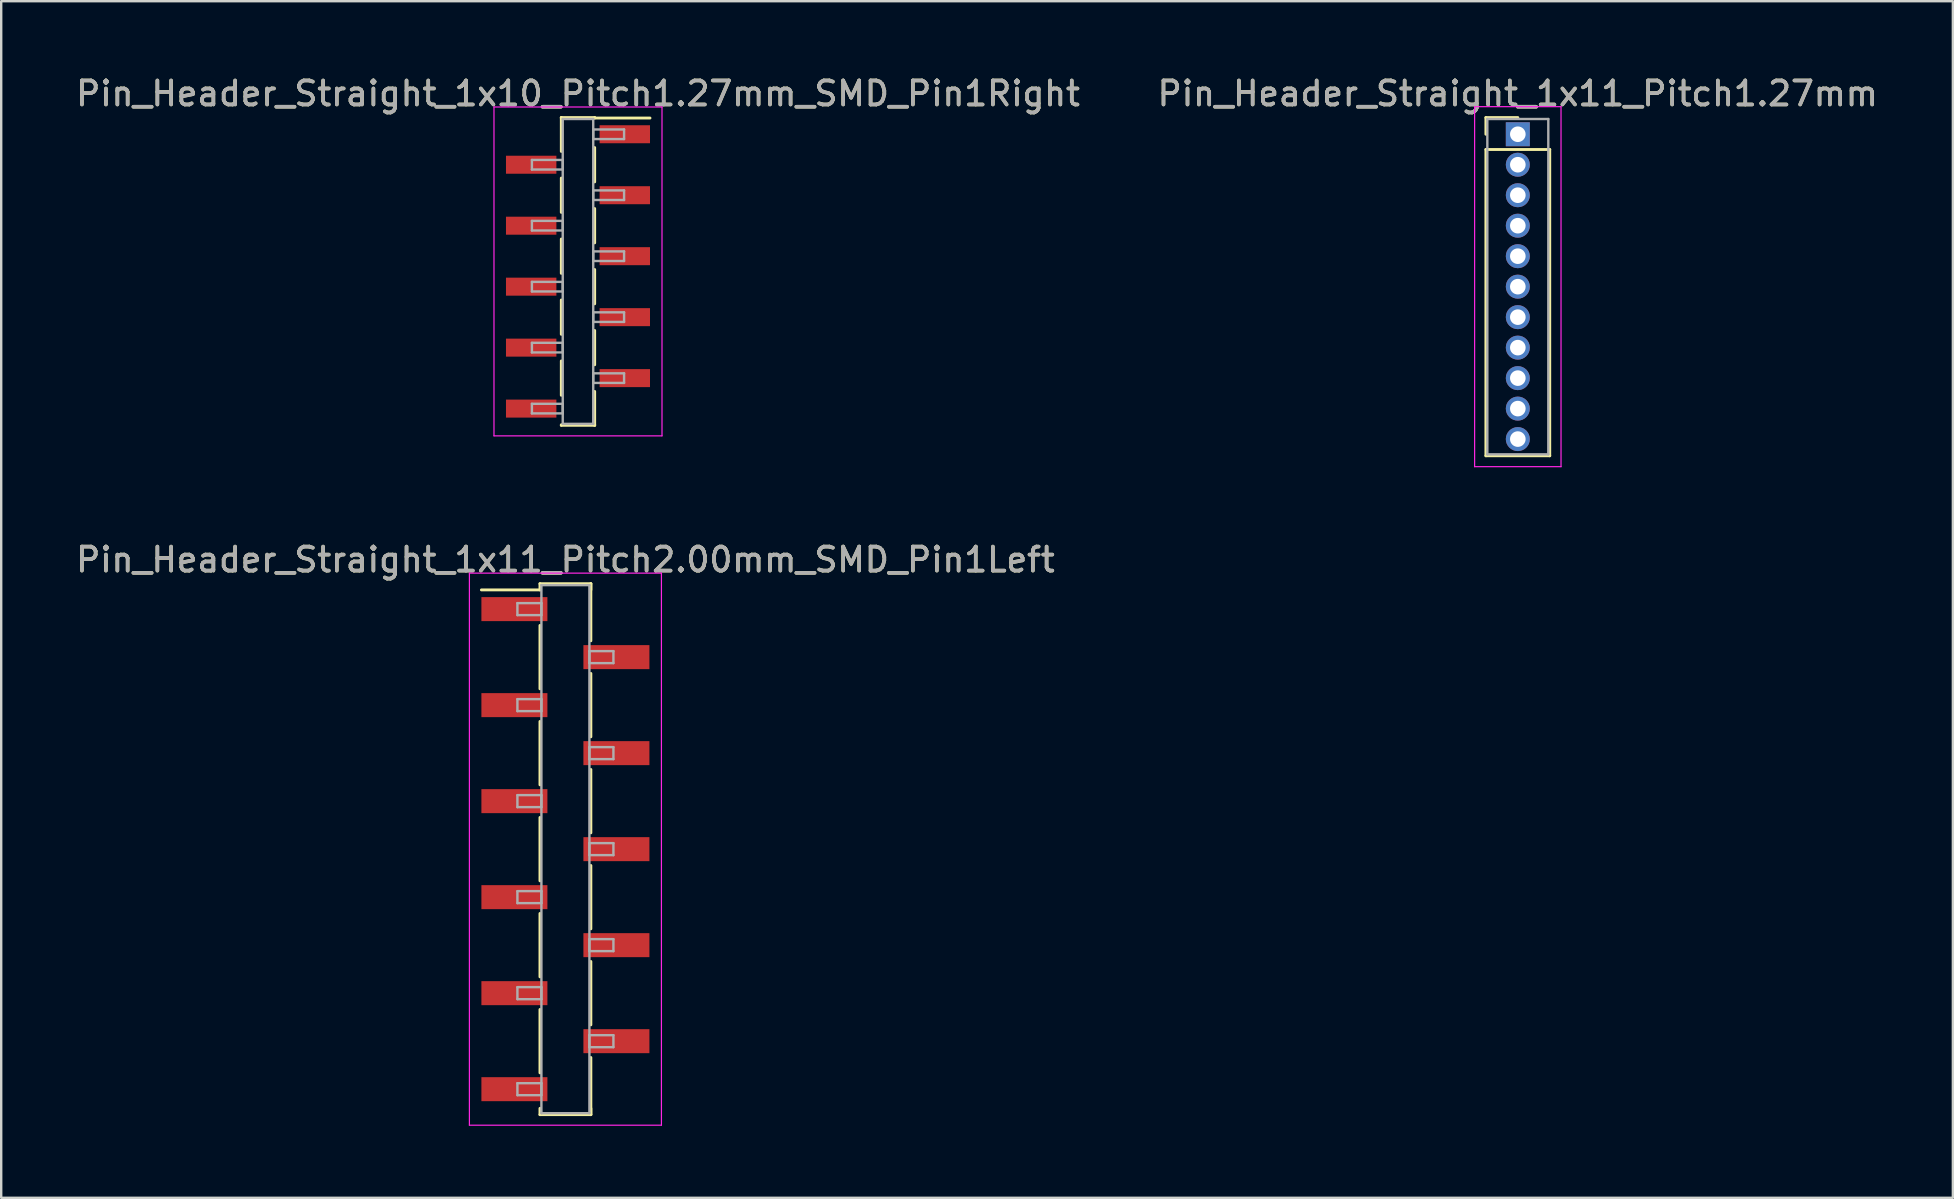
<source format=kicad_pcb>
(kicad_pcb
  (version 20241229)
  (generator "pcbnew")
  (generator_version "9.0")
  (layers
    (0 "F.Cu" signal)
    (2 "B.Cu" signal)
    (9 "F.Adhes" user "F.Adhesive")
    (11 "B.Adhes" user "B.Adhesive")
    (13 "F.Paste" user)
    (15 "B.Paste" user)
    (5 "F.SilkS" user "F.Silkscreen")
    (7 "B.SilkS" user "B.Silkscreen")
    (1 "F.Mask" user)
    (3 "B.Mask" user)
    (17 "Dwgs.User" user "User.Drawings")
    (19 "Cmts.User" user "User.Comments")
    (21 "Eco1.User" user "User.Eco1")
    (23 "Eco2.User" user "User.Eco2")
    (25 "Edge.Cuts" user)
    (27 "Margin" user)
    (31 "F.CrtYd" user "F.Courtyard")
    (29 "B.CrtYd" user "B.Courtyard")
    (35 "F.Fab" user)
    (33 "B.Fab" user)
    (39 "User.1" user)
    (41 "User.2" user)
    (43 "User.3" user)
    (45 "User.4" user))
  (footprint "Pin_Header_Straight_1x10_Pitch1.27mm_SMD_Pin1Right"
    (layer "F.Cu")
    (at 21.03 8.258)
    (property "Reference" "Pin_Header_Straight_1x10_Pitch1.27mm_SMD_Pin1Right" (at 0 -7.41 0) (layer "F.SilkS") (effects (font (size 1 1) (thickness 0.15))))
    (attr smd)
    (fp_line (start -0.695 -6.41) (end -0.695 -5) (stroke (width 0.12) (type solid)) (layer "F.SilkS"))
    (fp_line (start -0.695 -6.41) (end 0.695 -6.41) (stroke (width 0.12) (type solid)) (layer "F.SilkS"))
    (fp_line (start -0.695 -6.39) (end -0.695 -6.41) (stroke (width 0.12) (type solid)) (layer "F.SilkS"))
    (fp_line (start -0.695 -3.89) (end -0.695 -2.46) (stroke (width 0.12) (type solid)) (layer "F.SilkS"))
    (fp_line (start -0.695 -1.35) (end -0.695 0.08) (stroke (width 0.12) (type solid)) (layer "F.SilkS"))
    (fp_line (start -0.695 1.19) (end -0.695 2.62) (stroke (width 0.12) (type solid)) (layer "F.SilkS"))
    (fp_line (start -0.695 3.73) (end -0.695 5.16) (stroke (width 0.12) (type solid)) (layer "F.SilkS"))
    (fp_line (start -0.695 6.39) (end -0.695 6.41) (stroke (width 0.12) (type solid)) (layer "F.SilkS"))
    (fp_line (start -0.695 6.41) (end 0.695 6.41) (stroke (width 0.12) (type solid)) (layer "F.SilkS"))
    (fp_line (start 0.695 -6.41) (end 0.695 -6.39) (stroke (width 0.12) (type solid)) (layer "F.SilkS"))
    (fp_line (start 0.695 -6.39) (end 3 -6.39) (stroke (width 0.12) (type solid)) (layer "F.SilkS"))
    (fp_line (start 0.695 -5.16) (end 0.695 -3.73) (stroke (width 0.12) (type solid)) (layer "F.SilkS"))
    (fp_line (start 0.695 -2.62) (end 0.695 -1.19) (stroke (width 0.12) (type solid)) (layer "F.SilkS"))
    (fp_line (start 0.695 -0.08) (end 0.695 1.35) (stroke (width 0.12) (type solid)) (layer "F.SilkS"))
    (fp_line (start 0.695 2.46) (end 0.695 3.89) (stroke (width 0.12) (type solid)) (layer "F.SilkS"))
    (fp_line (start 0.695 5) (end 0.695 6.41) (stroke (width 0.12) (type solid)) (layer "F.SilkS"))
    (fp_line (start 0.695 6.41) (end 0.695 6.39) (stroke (width 0.12) (type solid)) (layer "F.SilkS"))
    (fp_line (start -3.5 -6.85) (end -3.5 6.85) (stroke (width 0.05) (type solid)) (layer "F.CrtYd"))
    (fp_line (start -3.5 6.85) (end 3.5 6.85) (stroke (width 0.05) (type solid)) (layer "F.CrtYd"))
    (fp_line (start 3.5 -6.85) (end -3.5 -6.85) (stroke (width 0.05) (type solid)) (layer "F.CrtYd"))
    (fp_line (start 3.5 6.85) (end 3.5 -6.85) (stroke (width 0.05) (type solid)) (layer "F.CrtYd"))
    (fp_line (start -1.92 -4.645) (end -0.635 -4.645) (stroke (width 0.1) (type solid)) (layer "F.Fab"))
    (fp_line (start -1.92 -4.245) (end -1.92 -4.645) (stroke (width 0.1) (type solid)) (layer "F.Fab"))
    (fp_line (start -1.92 -2.105) (end -0.635 -2.105) (stroke (width 0.1) (type solid)) (layer "F.Fab"))
    (fp_line (start -1.92 -1.705) (end -1.92 -2.105) (stroke (width 0.1) (type solid)) (layer "F.Fab"))
    (fp_line (start -1.92 0.435) (end -0.635 0.435) (stroke (width 0.1) (type solid)) (layer "F.Fab"))
    (fp_line (start -1.92 0.835) (end -1.92 0.435) (stroke (width 0.1) (type solid)) (layer "F.Fab"))
    (fp_line (start -1.92 2.975) (end -0.635 2.975) (stroke (width 0.1) (type solid)) (layer "F.Fab"))
    (fp_line (start -1.92 3.375) (end -1.92 2.975) (stroke (width 0.1) (type solid)) (layer "F.Fab"))
    (fp_line (start -1.92 5.515) (end -0.635 5.515) (stroke (width 0.1) (type solid)) (layer "F.Fab"))
    (fp_line (start -1.92 5.915) (end -1.92 5.515) (stroke (width 0.1) (type solid)) (layer "F.Fab"))
    (fp_line (start -0.635 -6.35) (end -0.635 6.35) (stroke (width 0.1) (type solid)) (layer "F.Fab"))
    (fp_line (start -0.635 -4.645) (end -0.635 -4.245) (stroke (width 0.1) (type solid)) (layer "F.Fab"))
    (fp_line (start -0.635 -4.245) (end -1.92 -4.245) (stroke (width 0.1) (type solid)) (layer "F.Fab"))
    (fp_line (start -0.635 -2.105) (end -0.635 -1.705) (stroke (width 0.1) (type solid)) (layer "F.Fab"))
    (fp_line (start -0.635 -1.705) (end -1.92 -1.705) (stroke (width 0.1) (type solid)) (layer "F.Fab"))
    (fp_line (start -0.635 0.435) (end -0.635 0.835) (stroke (width 0.1) (type solid)) (layer "F.Fab"))
    (fp_line (start -0.635 0.835) (end -1.92 0.835) (stroke (width 0.1) (type solid)) (layer "F.Fab"))
    (fp_line (start -0.635 2.975) (end -0.635 3.375) (stroke (width 0.1) (type solid)) (layer "F.Fab"))
    (fp_line (start -0.635 3.375) (end -1.92 3.375) (stroke (width 0.1) (type solid)) (layer "F.Fab"))
    (fp_line (start -0.635 5.515) (end -0.635 5.915) (stroke (width 0.1) (type solid)) (layer "F.Fab"))
    (fp_line (start -0.635 5.915) (end -1.92 5.915) (stroke (width 0.1) (type solid)) (layer "F.Fab"))
    (fp_line (start -0.635 6.35) (end 0.635 6.35) (stroke (width 0.1) (type solid)) (layer "F.Fab"))
    (fp_line (start 0.635 -6.35) (end -0.635 -6.35) (stroke (width 0.1) (type solid)) (layer "F.Fab"))
    (fp_line (start 0.635 -5.915) (end 0.635 -5.515) (stroke (width 0.1) (type solid)) (layer "F.Fab"))
    (fp_line (start 0.635 -5.515) (end 1.92 -5.515) (stroke (width 0.1) (type solid)) (layer "F.Fab"))
    (fp_line (start 0.635 -3.375) (end 0.635 -2.975) (stroke (width 0.1) (type solid)) (layer "F.Fab"))
    (fp_line (start 0.635 -2.975) (end 1.92 -2.975) (stroke (width 0.1) (type solid)) (layer "F.Fab"))
    (fp_line (start 0.635 -0.835) (end 0.635 -0.435) (stroke (width 0.1) (type solid)) (layer "F.Fab"))
    (fp_line (start 0.635 -0.435) (end 1.92 -0.435) (stroke (width 0.1) (type solid)) (layer "F.Fab"))
    (fp_line (start 0.635 1.705) (end 0.635 2.105) (stroke (width 0.1) (type solid)) (layer "F.Fab"))
    (fp_line (start 0.635 2.105) (end 1.92 2.105) (stroke (width 0.1) (type solid)) (layer "F.Fab"))
    (fp_line (start 0.635 4.245) (end 0.635 4.645) (stroke (width 0.1) (type solid)) (layer "F.Fab"))
    (fp_line (start 0.635 4.645) (end 1.92 4.645) (stroke (width 0.1) (type solid)) (layer "F.Fab"))
    (fp_line (start 0.635 6.35) (end 0.635 -6.35) (stroke (width 0.1) (type solid)) (layer "F.Fab"))
    (fp_line (start 1.92 -5.915) (end 0.635 -5.915) (stroke (width 0.1) (type solid)) (layer "F.Fab"))
    (fp_line (start 1.92 -5.515) (end 1.92 -5.915) (stroke (width 0.1) (type solid)) (layer "F.Fab"))
    (fp_line (start 1.92 -3.375) (end 0.635 -3.375) (stroke (width 0.1) (type solid)) (layer "F.Fab"))
    (fp_line (start 1.92 -2.975) (end 1.92 -3.375) (stroke (width 0.1) (type solid)) (layer "F.Fab"))
    (fp_line (start 1.92 -0.835) (end 0.635 -0.835) (stroke (width 0.1) (type solid)) (layer "F.Fab"))
    (fp_line (start 1.92 -0.435) (end 1.92 -0.835) (stroke (width 0.1) (type solid)) (layer "F.Fab"))
    (fp_line (start 1.92 1.705) (end 0.635 1.705) (stroke (width 0.1) (type solid)) (layer "F.Fab"))
    (fp_line (start 1.92 2.105) (end 1.92 1.705) (stroke (width 0.1) (type solid)) (layer "F.Fab"))
    (fp_line (start 1.92 4.245) (end 0.635 4.245) (stroke (width 0.1) (type solid)) (layer "F.Fab"))
    (fp_line (start 1.92 4.645) (end 1.92 4.245) (stroke (width 0.1) (type solid)) (layer "F.Fab"))
    (fp_text user "${REFERENCE}" (at 0 -7.41 0) (layer "F.Fab") (effects (font (size 1 1) (thickness 0.15))))
    (pad "1" smd rect (at 1.95 -5.715) (size 2.1 0.75) (layers "F.Cu" "F.Mask" "F.Paste"))
    (pad "2" smd rect (at -1.95 -4.445) (size 2.1 0.75) (layers "F.Cu" "F.Mask" "F.Paste"))
    (pad "3" smd rect (at 1.95 -3.175) (size 2.1 0.75) (layers "F.Cu" "F.Mask" "F.Paste"))
    (pad "4" smd rect (at -1.95 -1.905) (size 2.1 0.75) (layers "F.Cu" "F.Mask" "F.Paste"))
    (pad "5" smd rect (at 1.95 -0.635) (size 2.1 0.75) (layers "F.Cu" "F.Mask" "F.Paste"))
    (pad "6" smd rect (at -1.95 0.635) (size 2.1 0.75) (layers "F.Cu" "F.Mask" "F.Paste"))
    (pad "7" smd rect (at 1.95 1.905) (size 2.1 0.75) (layers "F.Cu" "F.Mask" "F.Paste"))
    (pad "8" smd rect (at -1.95 3.175) (size 2.1 0.75) (layers "F.Cu" "F.Mask" "F.Paste"))
    (pad "9" smd rect (at 1.95 4.445) (size 2.1 0.75) (layers "F.Cu" "F.Mask" "F.Paste"))
    (pad "10" smd rect (at -1.95 5.715) (size 2.1 0.75) (layers "F.Cu" "F.Mask" "F.Paste")))
  (footprint "Pin_Header_Straight_1x11_Pitch2.00mm_SMD_Pin1Left"
    (layer "F.Cu")
    (at 20.506 32.327)
    (property "Reference" "Pin_Header_Straight_1x11_Pitch2.00mm_SMD_Pin1Left" (at 0 -12.06 0) (layer "F.SilkS") (effects (font (size 1 1) (thickness 0.15))))
    (attr smd)
    (fp_line (start -1.06 -11.06) (end 1.06 -11.06) (stroke (width 0.12) (type solid)) (layer "F.SilkS"))
    (fp_line (start -1.06 -10.8) (end -3.5 -10.8) (stroke (width 0.12) (type solid)) (layer "F.SilkS"))
    (fp_line (start -1.06 -10.8) (end -1.06 -11.06) (stroke (width 0.12) (type solid)) (layer "F.SilkS"))
    (fp_line (start -1.06 -9.32) (end -1.06 -6.68) (stroke (width 0.12) (type solid)) (layer "F.SilkS"))
    (fp_line (start -1.06 -5.32) (end -1.06 -2.68) (stroke (width 0.12) (type solid)) (layer "F.SilkS"))
    (fp_line (start -1.06 -1.32) (end -1.06 1.32) (stroke (width 0.12) (type solid)) (layer "F.SilkS"))
    (fp_line (start -1.06 2.68) (end -1.06 5.32) (stroke (width 0.12) (type solid)) (layer "F.SilkS"))
    (fp_line (start -1.06 6.68) (end -1.06 9.32) (stroke (width 0.12) (type solid)) (layer "F.SilkS"))
    (fp_line (start -1.06 10.8) (end -1.06 11.06) (stroke (width 0.12) (type solid)) (layer "F.SilkS"))
    (fp_line (start -1.06 11.06) (end 1.06 11.06) (stroke (width 0.12) (type solid)) (layer "F.SilkS"))
    (fp_line (start 1.06 -11.06) (end 1.06 -10.8) (stroke (width 0.12) (type solid)) (layer "F.SilkS"))
    (fp_line (start 1.06 -11.06) (end 1.06 -8.68) (stroke (width 0.12) (type solid)) (layer "F.SilkS"))
    (fp_line (start 1.06 -7.32) (end 1.06 -4.68) (stroke (width 0.12) (type solid)) (layer "F.SilkS"))
    (fp_line (start 1.06 -3.32) (end 1.06 -0.68) (stroke (width 0.12) (type solid)) (layer "F.SilkS"))
    (fp_line (start 1.06 0.68) (end 1.06 3.32) (stroke (width 0.12) (type solid)) (layer "F.SilkS"))
    (fp_line (start 1.06 4.68) (end 1.06 7.32) (stroke (width 0.12) (type solid)) (layer "F.SilkS"))
    (fp_line (start 1.06 8.68) (end 1.06 11.06) (stroke (width 0.12) (type solid)) (layer "F.SilkS"))
    (fp_line (start 1.06 11.06) (end 1.06 10.8) (stroke (width 0.12) (type solid)) (layer "F.SilkS"))
    (fp_line (start -4 -11.5) (end -4 11.5) (stroke (width 0.05) (type solid)) (layer "F.CrtYd"))
    (fp_line (start -4 11.5) (end 4 11.5) (stroke (width 0.05) (type solid)) (layer "F.CrtYd"))
    (fp_line (start 4 -11.5) (end -4 -11.5) (stroke (width 0.05) (type solid)) (layer "F.CrtYd"))
    (fp_line (start 4 11.5) (end 4 -11.5) (stroke (width 0.05) (type solid)) (layer "F.CrtYd"))
    (fp_line (start -2 -10.25) (end -1 -10.25) (stroke (width 0.1) (type solid)) (layer "F.Fab"))
    (fp_line (start -2 -9.75) (end -2 -10.25) (stroke (width 0.1) (type solid)) (layer "F.Fab"))
    (fp_line (start -2 -6.25) (end -1 -6.25) (stroke (width 0.1) (type solid)) (layer "F.Fab"))
    (fp_line (start -2 -5.75) (end -2 -6.25) (stroke (width 0.1) (type solid)) (layer "F.Fab"))
    (fp_line (start -2 -2.25) (end -1 -2.25) (stroke (width 0.1) (type solid)) (layer "F.Fab"))
    (fp_line (start -2 -1.75) (end -2 -2.25) (stroke (width 0.1) (type solid)) (layer "F.Fab"))
    (fp_line (start -2 1.75) (end -1 1.75) (stroke (width 0.1) (type solid)) (layer "F.Fab"))
    (fp_line (start -2 2.25) (end -2 1.75) (stroke (width 0.1) (type solid)) (layer "F.Fab"))
    (fp_line (start -2 5.75) (end -1 5.75) (stroke (width 0.1) (type solid)) (layer "F.Fab"))
    (fp_line (start -2 6.25) (end -2 5.75) (stroke (width 0.1) (type solid)) (layer "F.Fab"))
    (fp_line (start -2 9.75) (end -1 9.75) (stroke (width 0.1) (type solid)) (layer "F.Fab"))
    (fp_line (start -2 10.25) (end -2 9.75) (stroke (width 0.1) (type solid)) (layer "F.Fab"))
    (fp_line (start -1 -11) (end -1 11) (stroke (width 0.1) (type solid)) (layer "F.Fab"))
    (fp_line (start -1 -10.25) (end -1 -9.75) (stroke (width 0.1) (type solid)) (layer "F.Fab"))
    (fp_line (start -1 -9.75) (end -2 -9.75) (stroke (width 0.1) (type solid)) (layer "F.Fab"))
    (fp_line (start -1 -6.25) (end -1 -5.75) (stroke (width 0.1) (type solid)) (layer "F.Fab"))
    (fp_line (start -1 -5.75) (end -2 -5.75) (stroke (width 0.1) (type solid)) (layer "F.Fab"))
    (fp_line (start -1 -2.25) (end -1 -1.75) (stroke (width 0.1) (type solid)) (layer "F.Fab"))
    (fp_line (start -1 -1.75) (end -2 -1.75) (stroke (width 0.1) (type solid)) (layer "F.Fab"))
    (fp_line (start -1 1.75) (end -1 2.25) (stroke (width 0.1) (type solid)) (layer "F.Fab"))
    (fp_line (start -1 2.25) (end -2 2.25) (stroke (width 0.1) (type solid)) (layer "F.Fab"))
    (fp_line (start -1 5.75) (end -1 6.25) (stroke (width 0.1) (type solid)) (layer "F.Fab"))
    (fp_line (start -1 6.25) (end -2 6.25) (stroke (width 0.1) (type solid)) (layer "F.Fab"))
    (fp_line (start -1 9.75) (end -1 10.25) (stroke (width 0.1) (type solid)) (layer "F.Fab"))
    (fp_line (start -1 10.25) (end -2 10.25) (stroke (width 0.1) (type solid)) (layer "F.Fab"))
    (fp_line (start -1 11) (end 1 11) (stroke (width 0.1) (type solid)) (layer "F.Fab"))
    (fp_line (start 1 -11) (end -1 -11) (stroke (width 0.1) (type solid)) (layer "F.Fab"))
    (fp_line (start 1 -8.25) (end 1 -7.75) (stroke (width 0.1) (type solid)) (layer "F.Fab"))
    (fp_line (start 1 -7.75) (end 2 -7.75) (stroke (width 0.1) (type solid)) (layer "F.Fab"))
    (fp_line (start 1 -4.25) (end 1 -3.75) (stroke (width 0.1) (type solid)) (layer "F.Fab"))
    (fp_line (start 1 -3.75) (end 2 -3.75) (stroke (width 0.1) (type solid)) (layer "F.Fab"))
    (fp_line (start 1 -0.25) (end 1 0.25) (stroke (width 0.1) (type solid)) (layer "F.Fab"))
    (fp_line (start 1 0.25) (end 2 0.25) (stroke (width 0.1) (type solid)) (layer "F.Fab"))
    (fp_line (start 1 3.75) (end 1 4.25) (stroke (width 0.1) (type solid)) (layer "F.Fab"))
    (fp_line (start 1 4.25) (end 2 4.25) (stroke (width 0.1) (type solid)) (layer "F.Fab"))
    (fp_line (start 1 7.75) (end 1 8.25) (stroke (width 0.1) (type solid)) (layer "F.Fab"))
    (fp_line (start 1 8.25) (end 2 8.25) (stroke (width 0.1) (type solid)) (layer "F.Fab"))
    (fp_line (start 1 11) (end 1 -11) (stroke (width 0.1) (type solid)) (layer "F.Fab"))
    (fp_line (start 2 -8.25) (end 1 -8.25) (stroke (width 0.1) (type solid)) (layer "F.Fab"))
    (fp_line (start 2 -7.75) (end 2 -8.25) (stroke (width 0.1) (type solid)) (layer "F.Fab"))
    (fp_line (start 2 -4.25) (end 1 -4.25) (stroke (width 0.1) (type solid)) (layer "F.Fab"))
    (fp_line (start 2 -3.75) (end 2 -4.25) (stroke (width 0.1) (type solid)) (layer "F.Fab"))
    (fp_line (start 2 -0.25) (end 1 -0.25) (stroke (width 0.1) (type solid)) (layer "F.Fab"))
    (fp_line (start 2 0.25) (end 2 -0.25) (stroke (width 0.1) (type solid)) (layer "F.Fab"))
    (fp_line (start 2 3.75) (end 1 3.75) (stroke (width 0.1) (type solid)) (layer "F.Fab"))
    (fp_line (start 2 4.25) (end 2 3.75) (stroke (width 0.1) (type solid)) (layer "F.Fab"))
    (fp_line (start 2 7.75) (end 1 7.75) (stroke (width 0.1) (type solid)) (layer "F.Fab"))
    (fp_line (start 2 8.25) (end 2 7.75) (stroke (width 0.1) (type solid)) (layer "F.Fab"))
    (fp_text user "${REFERENCE}" (at 0 -12.06 0) (layer "F.Fab") (effects (font (size 1 1) (thickness 0.15))))
    (pad "1" smd rect (at -2.125 -10) (size 2.75 1) (layers "F.Cu" "F.Mask" "F.Paste"))
    (pad "2" smd rect (at 2.125 -8) (size 2.75 1) (layers "F.Cu" "F.Mask" "F.Paste"))
    (pad "3" smd rect (at -2.125 -6) (size 2.75 1) (layers "F.Cu" "F.Mask" "F.Paste"))
    (pad "4" smd rect (at 2.125 -4) (size 2.75 1) (layers "F.Cu" "F.Mask" "F.Paste"))
    (pad "5" smd rect (at -2.125 -2) (size 2.75 1) (layers "F.Cu" "F.Mask" "F.Paste"))
    (pad "6" smd rect (at 2.125 0) (size 2.75 1) (layers "F.Cu" "F.Mask" "F.Paste"))
    (pad "7" smd rect (at -2.125 2) (size 2.75 1) (layers "F.Cu" "F.Mask" "F.Paste"))
    (pad "8" smd rect (at 2.125 4) (size 2.75 1) (layers "F.Cu" "F.Mask" "F.Paste"))
    (pad "9" smd rect (at -2.125 6) (size 2.75 1) (layers "F.Cu" "F.Mask" "F.Paste"))
    (pad "10" smd rect (at 2.125 8) (size 2.75 1) (layers "F.Cu" "F.Mask" "F.Paste"))
    (pad "11" smd rect (at -2.125 10) (size 2.75 1) (layers "F.Cu" "F.Mask" "F.Paste")))
  (footprint "Pin_Header_Straight_1x11_Pitch1.27mm"
    (layer "F.Cu")
    (at 60.185 2.543)
    (property "Reference" "Pin_Header_Straight_1x11_Pitch1.27mm" (at 0 -1.695 0) (layer "F.SilkS") (effects (font (size 1 1) (thickness 0.15))))
    (attr through_hole)
    (fp_line (start -1.33 -0.695) (end 0 -0.695) (stroke (width 0.12) (type solid)) (layer "F.SilkS"))
    (fp_line (start -1.33 0) (end -1.33 -0.695) (stroke (width 0.12) (type solid)) (layer "F.SilkS"))
    (fp_line (start -1.33 0.635) (end -1.33 13.395) (stroke (width 0.12) (type solid)) (layer "F.SilkS"))
    (fp_line (start -1.33 13.395) (end 1.33 13.395) (stroke (width 0.12) (type solid)) (layer "F.SilkS"))
    (fp_line (start 1.33 0.635) (end -1.33 0.635) (stroke (width 0.12) (type solid)) (layer "F.SilkS"))
    (fp_line (start 1.33 13.395) (end 1.33 0.635) (stroke (width 0.12) (type solid)) (layer "F.SilkS"))
    (fp_line (start -1.8 -1.15) (end -1.8 13.85) (stroke (width 0.05) (type solid)) (layer "F.CrtYd"))
    (fp_line (start -1.8 13.85) (end 1.8 13.85) (stroke (width 0.05) (type solid)) (layer "F.CrtYd"))
    (fp_line (start 1.8 -1.15) (end -1.8 -1.15) (stroke (width 0.05) (type solid)) (layer "F.CrtYd"))
    (fp_line (start 1.8 13.85) (end 1.8 -1.15) (stroke (width 0.05) (type solid)) (layer "F.CrtYd"))
    (fp_line (start -1.27 -0.635) (end -1.27 13.335) (stroke (width 0.1) (type solid)) (layer "F.Fab"))
    (fp_line (start -1.27 13.335) (end 1.27 13.335) (stroke (width 0.1) (type solid)) (layer "F.Fab"))
    (fp_line (start 1.27 -0.635) (end -1.27 -0.635) (stroke (width 0.1) (type solid)) (layer "F.Fab"))
    (fp_line (start 1.27 13.335) (end 1.27 -0.635) (stroke (width 0.1) (type solid)) (layer "F.Fab"))
    (fp_text user "${REFERENCE}" (at 0 -1.695 0) (layer "F.Fab") (effects (font (size 1 1) (thickness 0.15))))
    (pad "1" thru_hole rect (at 0 0) (size 1 1) (drill 0.65) (layers "*.Cu" "*.Mask"))
    (pad "2" thru_hole oval (at 0 1.27) (size 1 1) (drill 0.65) (layers "*.Cu" "*.Mask"))
    (pad "3" thru_hole oval (at 0 2.54) (size 1 1) (drill 0.65) (layers "*.Cu" "*.Mask"))
    (pad "4" thru_hole oval (at 0 3.81) (size 1 1) (drill 0.65) (layers "*.Cu" "*.Mask"))
    (pad "5" thru_hole oval (at 0 5.08) (size 1 1) (drill 0.65) (layers "*.Cu" "*.Mask"))
    (pad "6" thru_hole oval (at 0 6.35) (size 1 1) (drill 0.65) (layers "*.Cu" "*.Mask"))
    (pad "7" thru_hole oval (at 0 7.62) (size 1 1) (drill 0.65) (layers "*.Cu" "*.Mask"))
    (pad "8" thru_hole oval (at 0 8.89) (size 1 1) (drill 0.65) (layers "*.Cu" "*.Mask"))
    (pad "9" thru_hole oval (at 0 10.16) (size 1 1) (drill 0.65) (layers "*.Cu" "*.Mask"))
    (pad "10" thru_hole oval (at 0 11.43) (size 1 1) (drill 0.65) (layers "*.Cu" "*.Mask"))
    (pad "11" thru_hole oval (at 0 12.7) (size 1 1) (drill 0.65) (layers "*.Cu" "*.Mask")))
  (gr_rect
    (start -3 -3)
    (end 78.31 46.852)
    (stroke (width 0.1) (type default))
    (fill no)
    (layer "Edge.Cuts")))
</source>
